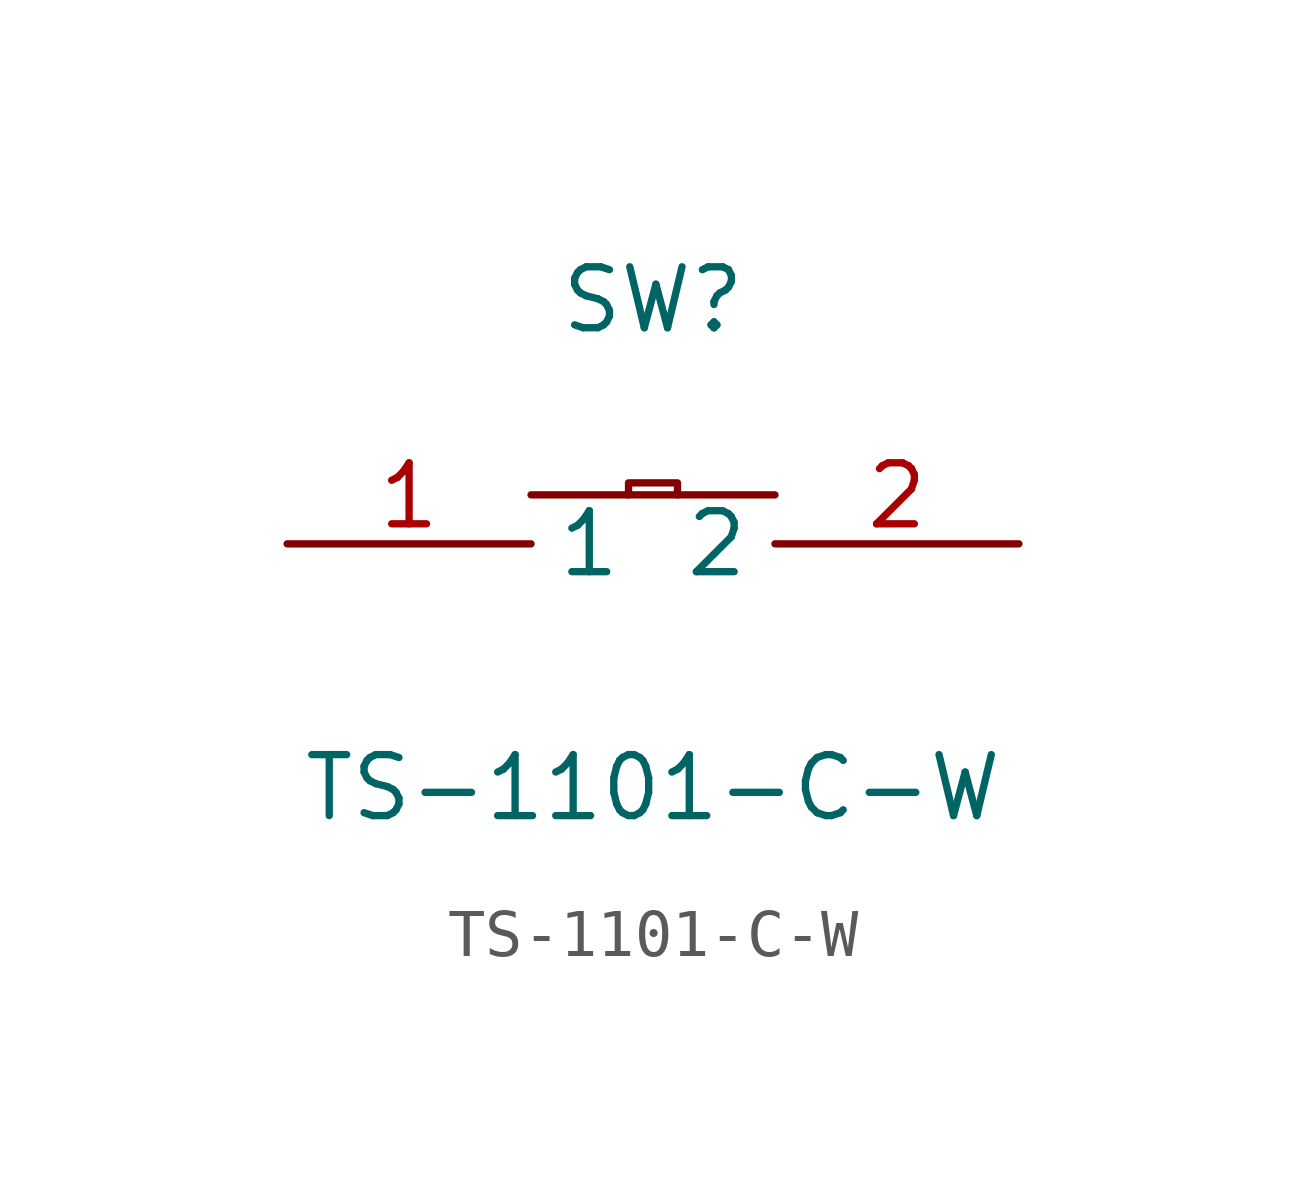
<source format=kicad_sym>
(kicad_symbol_lib
  (version 1)
  (generator "faebryk")
  (symbol "TS-1101-C-W"
    (property "Reference" "SW"
      (at 0 5.08 0)
      (effects (font (size 1.27 1.27)) (hide no)))
    (property "Value" "TS-1101-C-W"
      (at 0 -5.08 0)
      (effects (font (size 1.27 1.27)) (hide no)))
    (symbol "TS-1101-C-W_0_1"
      (polyline (stroke (width 0) (type default) (color 0 0 0 0)) (fill (type none)) (pts (xy -0.51 1.02) (xy -0.51 1.27) (xy 0.51 1.27) (xy 0.51 1.02)))
      (polyline (stroke (width 0) (type default) (color 0 0 0 0)) (fill (type none)) (pts (xy -2.54 1.02) (xy 2.54 1.02)))
      (pin unspecified line (at -7.62 0 0) (length 5.08) (name "1" (effects (font (size 1.27 1.27)) (hide no))) (number "1" (effects (font (size 1.27 1.27)) (hide no))))
      (pin unspecified line (at 7.62 0 180) (length 5.08) (name "2" (effects (font (size 1.27 1.27)) (hide no))) (number "2" (effects (font (size 1.27 1.27)) (hide no)))))))
</source>
